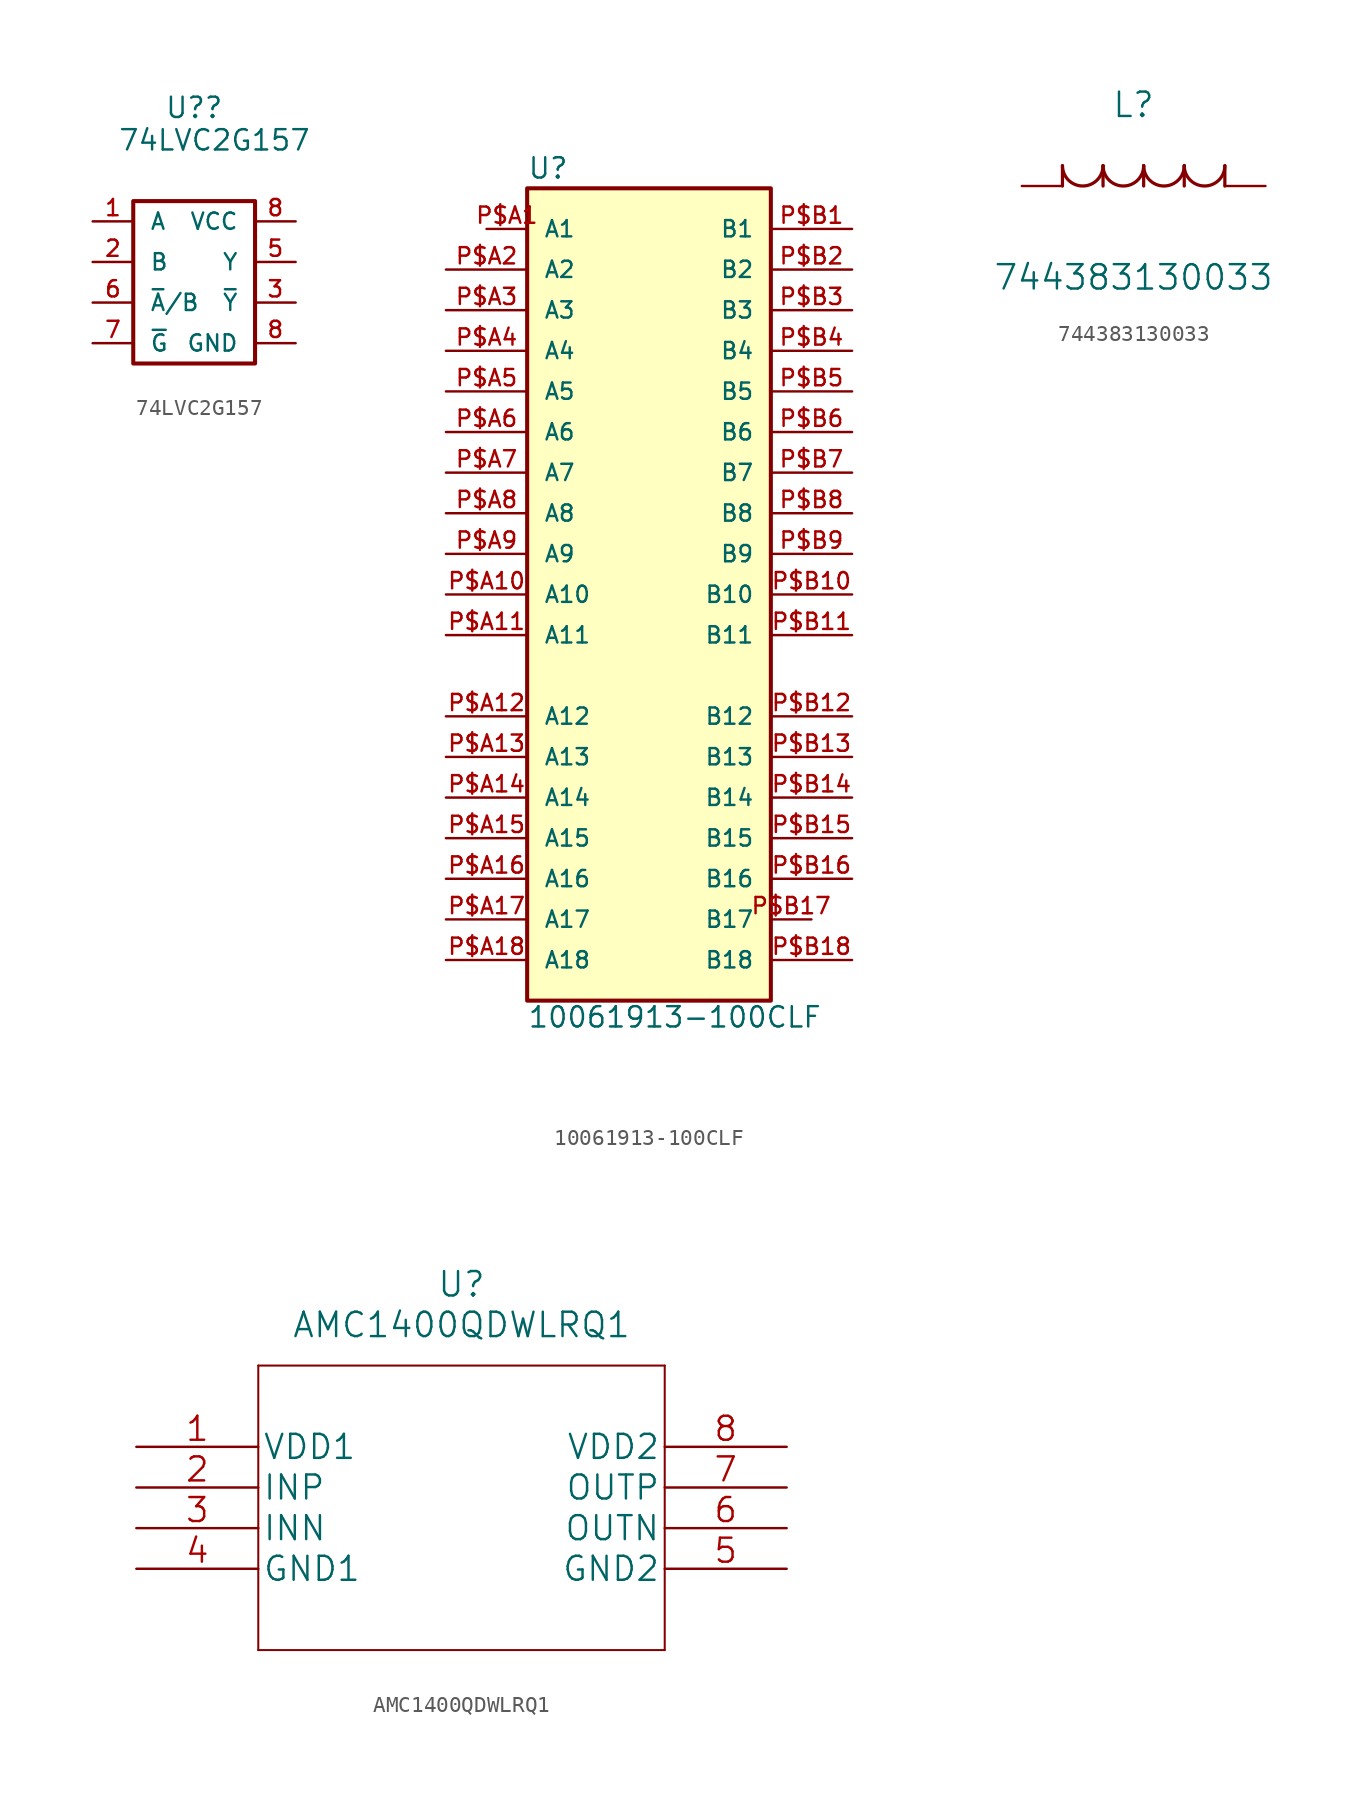
<source format=kicad_sym>
(kicad_symbol_lib
  (version 20231120)
  (generator "kicad_symbol_editor")
  (generator_version "8.0")
  (symbol "74LVC2G157"
    (pin_names
      (offset 1.016))
    (property "Reference" "U?"
      (at 0 10.922 0)
      (effects (font (size 1.27 1.27))))
    (property "Value" "74LVC2G157"
      (at 1.27 8.89 0)
      (effects (font (size 1.27 1.27))))
    (symbol "74LVC2G157_0_1"
      (rectangle (start -3.81 5.08) (end 3.81 -5.08) (stroke (width 0.254) (type default)) (fill (type none))))
    (symbol "74LVC2G157_1_1"
      (pin input line (at -6.35 3.81 0) (length 2.54) (name "A" (effects (font (size 1.016 1.016)))) (number "1" (effects (font (size 1.016 1.016)))))
      (pin input line (at -6.35 1.27 0) (length 2.54) (name "B" (effects (font (size 1.016 1.016)))) (number "2" (effects (font (size 1.016 1.016)))))
      (pin output line (at 6.35 -1.27 180) (length 2.54) (name "~{Y}" (effects (font (size 1.016 1.016)))) (number "3" (effects (font (size 1.016 1.016)))))
      (pin output line (at 6.35 1.27 180) (length 2.54) (name "Y" (effects (font (size 1.016 1.016)))) (number "5" (effects (font (size 1.016 1.016)))))
      (pin input line (at -6.35 -1.27 0) (length 2.54) (name "~{A}/B" (effects (font (size 1.016 1.016)))) (number "6" (effects (font (size 1.016 1.016)))))
      (pin input line (at -6.35 -3.81 0) (length 2.54) (name "~{G}" (effects (font (size 1.016 1.016)))) (number "7" (effects (font (size 1.016 1.016)))))
      (pin input line (at 6.35 -3.81 180) (length 2.54) (name "GND" (effects (font (size 1.016 1.016)))) (number "8" (effects (font (size 1.016 1.016)))))
      (pin input line (at 6.35 3.81 180) (length 2.54) (name "VCC" (effects (font (size 1.016 1.016)))) (number "8" (effects (font (size 1.016 1.016)))))))
  (symbol "10061913-100CLF"
    (pin_names
      (offset 1.016))
    (property "Reference" "U"
      (at -7.621 23.372 0)
      (effects (font (size 1.27 1.27)) (justify left bottom)))
    (property "Value" "10061913-100CLF"
      (at -7.62 -29.718 0)
      (effects (font (size 1.27 1.27)) (justify left bottom)))
    (symbol "10061913-100CLF_0_0"
      (rectangle (start -7.62 -27.94) (end 7.62 22.86) (stroke (width 0.254) (type default)) (fill (type background)))
      (pin bidirectional line (at -10.16 20.32 0) (length 2.54) (name "A1" (effects (font (size 1.016 1.016)))) (number "P$A1" (effects (font (size 1.016 1.016)))))
      (pin bidirectional line (at -12.7 -2.54 0) (length 5.08) (name "A10" (effects (font (size 1.016 1.016)))) (number "P$A10" (effects (font (size 1.016 1.016)))))
      (pin bidirectional line (at -12.7 -5.08 0) (length 5.08) (name "A11" (effects (font (size 1.016 1.016)))) (number "P$A11" (effects (font (size 1.016 1.016)))))
      (pin bidirectional line (at -12.7 -10.16 0) (length 5.08) (name "A12" (effects (font (size 1.016 1.016)))) (number "P$A12" (effects (font (size 1.016 1.016)))))
      (pin bidirectional line (at -12.7 -12.7 0) (length 5.08) (name "A13" (effects (font (size 1.016 1.016)))) (number "P$A13" (effects (font (size 1.016 1.016)))))
      (pin bidirectional line (at -12.7 -15.24 0) (length 5.08) (name "A14" (effects (font (size 1.016 1.016)))) (number "P$A14" (effects (font (size 1.016 1.016)))))
      (pin bidirectional line (at -12.7 -17.78 0) (length 5.08) (name "A15" (effects (font (size 1.016 1.016)))) (number "P$A15" (effects (font (size 1.016 1.016)))))
      (pin bidirectional line (at -12.7 -20.32 0) (length 5.08) (name "A16" (effects (font (size 1.016 1.016)))) (number "P$A16" (effects (font (size 1.016 1.016)))))
      (pin bidirectional line (at -12.7 -22.86 0) (length 5.08) (name "A17" (effects (font (size 1.016 1.016)))) (number "P$A17" (effects (font (size 1.016 1.016)))))
      (pin bidirectional line (at -12.7 -25.4 0) (length 5.08) (name "A18" (effects (font (size 1.016 1.016)))) (number "P$A18" (effects (font (size 1.016 1.016)))))
      (pin bidirectional line (at -12.7 17.78 0) (length 5.08) (name "A2" (effects (font (size 1.016 1.016)))) (number "P$A2" (effects (font (size 1.016 1.016)))))
      (pin bidirectional line (at -12.7 15.24 0) (length 5.08) (name "A3" (effects (font (size 1.016 1.016)))) (number "P$A3" (effects (font (size 1.016 1.016)))))
      (pin bidirectional line (at -12.7 12.7 0) (length 5.08) (name "A4" (effects (font (size 1.016 1.016)))) (number "P$A4" (effects (font (size 1.016 1.016)))))
      (pin bidirectional line (at -12.7 10.16 0) (length 5.08) (name "A5" (effects (font (size 1.016 1.016)))) (number "P$A5" (effects (font (size 1.016 1.016)))))
      (pin bidirectional line (at -12.7 7.62 0) (length 5.08) (name "A6" (effects (font (size 1.016 1.016)))) (number "P$A6" (effects (font (size 1.016 1.016)))))
      (pin bidirectional line (at -12.7 5.08 0) (length 5.08) (name "A7" (effects (font (size 1.016 1.016)))) (number "P$A7" (effects (font (size 1.016 1.016)))))
      (pin bidirectional line (at -12.7 2.54 0) (length 5.08) (name "A8" (effects (font (size 1.016 1.016)))) (number "P$A8" (effects (font (size 1.016 1.016)))))
      (pin bidirectional line (at -12.7 0 0) (length 5.08) (name "A9" (effects (font (size 1.016 1.016)))) (number "P$A9" (effects (font (size 1.016 1.016)))))
      (pin bidirectional line (at 12.7 20.32 180) (length 5.08) (name "B1" (effects (font (size 1.016 1.016)))) (number "P$B1" (effects (font (size 1.016 1.016)))))
      (pin bidirectional line (at 12.7 -2.54 180) (length 5.08) (name "B10" (effects (font (size 1.016 1.016)))) (number "P$B10" (effects (font (size 1.016 1.016)))))
      (pin bidirectional line (at 12.7 -5.08 180) (length 5.08) (name "B11" (effects (font (size 1.016 1.016)))) (number "P$B11" (effects (font (size 1.016 1.016)))))
      (pin bidirectional line (at 12.7 -10.16 180) (length 5.08) (name "B12" (effects (font (size 1.016 1.016)))) (number "P$B12" (effects (font (size 1.016 1.016)))))
      (pin bidirectional line (at 12.7 -12.7 180) (length 5.08) (name "B13" (effects (font (size 1.016 1.016)))) (number "P$B13" (effects (font (size 1.016 1.016)))))
      (pin bidirectional line (at 12.7 -15.24 180) (length 5.08) (name "B14" (effects (font (size 1.016 1.016)))) (number "P$B14" (effects (font (size 1.016 1.016)))))
      (pin bidirectional line (at 12.7 -17.78 180) (length 5.08) (name "B15" (effects (font (size 1.016 1.016)))) (number "P$B15" (effects (font (size 1.016 1.016)))))
      (pin bidirectional line (at 12.7 -20.32 180) (length 5.08) (name "B16" (effects (font (size 1.016 1.016)))) (number "P$B16" (effects (font (size 1.016 1.016)))))
      (pin bidirectional line (at 10.16 -22.86 180) (length 2.54) (name "B17" (effects (font (size 1.016 1.016)))) (number "P$B17" (effects (font (size 1.016 1.016)))))
      (pin bidirectional line (at 12.7 -25.4 180) (length 5.08) (name "B18" (effects (font (size 1.016 1.016)))) (number "P$B18" (effects (font (size 1.016 1.016)))))
      (pin bidirectional line (at 12.7 17.78 180) (length 5.08) (name "B2" (effects (font (size 1.016 1.016)))) (number "P$B2" (effects (font (size 1.016 1.016)))))
      (pin bidirectional line (at 12.7 15.24 180) (length 5.08) (name "B3" (effects (font (size 1.016 1.016)))) (number "P$B3" (effects (font (size 1.016 1.016)))))
      (pin bidirectional line (at 12.7 12.7 180) (length 5.08) (name "B4" (effects (font (size 1.016 1.016)))) (number "P$B4" (effects (font (size 1.016 1.016)))))
      (pin bidirectional line (at 12.7 10.16 180) (length 5.08) (name "B5" (effects (font (size 1.016 1.016)))) (number "P$B5" (effects (font (size 1.016 1.016)))))
      (pin bidirectional line (at 12.7 7.62 180) (length 5.08) (name "B6" (effects (font (size 1.016 1.016)))) (number "P$B6" (effects (font (size 1.016 1.016)))))
      (pin bidirectional line (at 12.7 5.08 180) (length 5.08) (name "B7" (effects (font (size 1.016 1.016)))) (number "P$B7" (effects (font (size 1.016 1.016)))))
      (pin bidirectional line (at 12.7 2.54 180) (length 5.08) (name "B8" (effects (font (size 1.016 1.016)))) (number "P$B8" (effects (font (size 1.016 1.016)))))
      (pin bidirectional line (at 12.7 0 180) (length 5.08) (name "B9" (effects (font (size 1.016 1.016)))) (number "P$B9" (effects (font (size 1.016 1.016)))))))
  (symbol "744383130033"
    (pin_numbers hide)
    (pin_names
      (offset 1.651) hide)
    (property "Reference" "L"
      (at 6.985 5.08 0)
      (effects (font (size 1.524 1.524))))
    (property "Value" "744383130033"
      (at 6.985 -5.715 0)
      (effects (font (size 1.524 1.524))))
    (property "Datasheet" ""
      (at 0 0 0)
      (effects (font (size 1.524 1.524))))
    (property "ki_locked" ""
      (at 0 0 0)
      (effects (font (size 1.27 1.27))))
    (symbol "744383130033_1_1"
      (polyline (pts (xy 2.54 0) (xy 2.54 1.27)) (stroke (width 0.203) (type default)) (fill (type none)))
      (polyline (pts (xy 5.08 0) (xy 5.08 1.27)) (stroke (width 0.203) (type default)) (fill (type none)))
      (polyline (pts (xy 7.62 0) (xy 7.62 1.27)) (stroke (width 0.203) (type default)) (fill (type none)))
      (polyline (pts (xy 10.16 0) (xy 10.16 1.27)) (stroke (width 0.203) (type default)) (fill (type none)))
      (polyline (pts (xy 12.7 0) (xy 12.7 1.27)) (stroke (width 0.203) (type default)) (fill (type none)))
      (arc (start 2.54 1.27) (mid 3.81 0.0055) (end 5.08 1.27) (stroke (width 0.2032) (type default)) (fill (type none)))
      (arc (start 5.08 1.27) (mid 6.35 0.0055) (end 7.62 1.27) (stroke (width 0.2032) (type default)) (fill (type none)))
      (arc (start 7.62 1.27) (mid 8.89 0.0055) (end 10.16 1.27) (stroke (width 0.2032) (type default)) (fill (type none)))
      (arc (start 10.16 1.27) (mid 11.43 0.0055) (end 12.7 1.27) (stroke (width 0.2032) (type default)) (fill (type none)))
      (pin unspecified line (at 15.24 0 180) (length 2.54) (name "1" (effects (font (size 1.499 1.499)))) (number "1" (effects (font (size 1.499 1.499)))))
      (pin unspecified line (at 0 0 0) (length 2.54) (name "2" (effects (font (size 1.499 1.499)))) (number "2" (effects (font (size 1.499 1.499)))))))
  (symbol "AMC1400QDWLRQ1"
    (pin_names
      (offset 0.254))
    (property "Reference" "U"
      (at 20.32 10.16 0)
      (effects (font (size 1.524 1.524))))
    (property "Value" "AMC1400QDWLRQ1"
      (at 20.32 7.62 0)
      (effects (font (size 1.524 1.524))))
    (property "Datasheet" ""
      (at 0 0 0)
      (effects (font (size 1.524 1.524))))
    (property "ki_locked" ""
      (at 0 0 0)
      (effects (font (size 1.27 1.27))))
    (symbol "AMC1400QDWLRQ1_1_1"
      (polyline (pts (xy 7.62 -12.7) (xy 33.02 -12.7)) (stroke (width 0.127) (type default)) (fill (type none)))
      (polyline (pts (xy 7.62 5.08) (xy 7.62 -12.7)) (stroke (width 0.127) (type default)) (fill (type none)))
      (polyline (pts (xy 33.02 -12.7) (xy 33.02 5.08)) (stroke (width 0.127) (type default)) (fill (type none)))
      (polyline (pts (xy 33.02 5.08) (xy 7.62 5.08)) (stroke (width 0.127) (type default)) (fill (type none)))
      (pin power_in line (at 0 0 0) (length 7.62) (name "VDD1" (effects (font (size 1.499 1.499)))) (number "1" (effects (font (size 1.499 1.499)))))
      (pin input line (at 0 -2.54 0) (length 7.62) (name "INP" (effects (font (size 1.499 1.499)))) (number "2" (effects (font (size 1.499 1.499)))))
      (pin input line (at 0 -5.08 0) (length 7.62) (name "INN" (effects (font (size 1.499 1.499)))) (number "3" (effects (font (size 1.499 1.499)))))
      (pin power_in line (at 0 -7.62 0) (length 7.62) (name "GND1" (effects (font (size 1.499 1.499)))) (number "4" (effects (font (size 1.499 1.499)))))
      (pin power_in line (at 40.64 -7.62 180) (length 7.62) (name "GND2" (effects (font (size 1.499 1.499)))) (number "5" (effects (font (size 1.499 1.499)))))
      (pin output line (at 40.64 -5.08 180) (length 7.62) (name "OUTN" (effects (font (size 1.499 1.499)))) (number "6" (effects (font (size 1.499 1.499)))))
      (pin output line (at 40.64 -2.54 180) (length 7.62) (name "OUTP" (effects (font (size 1.499 1.499)))) (number "7" (effects (font (size 1.499 1.499)))))
      (pin power_in line (at 40.64 0 180) (length 7.62) (name "VDD2" (effects (font (size 1.499 1.499)))) (number "8" (effects (font (size 1.499 1.499))))))))
</source>
